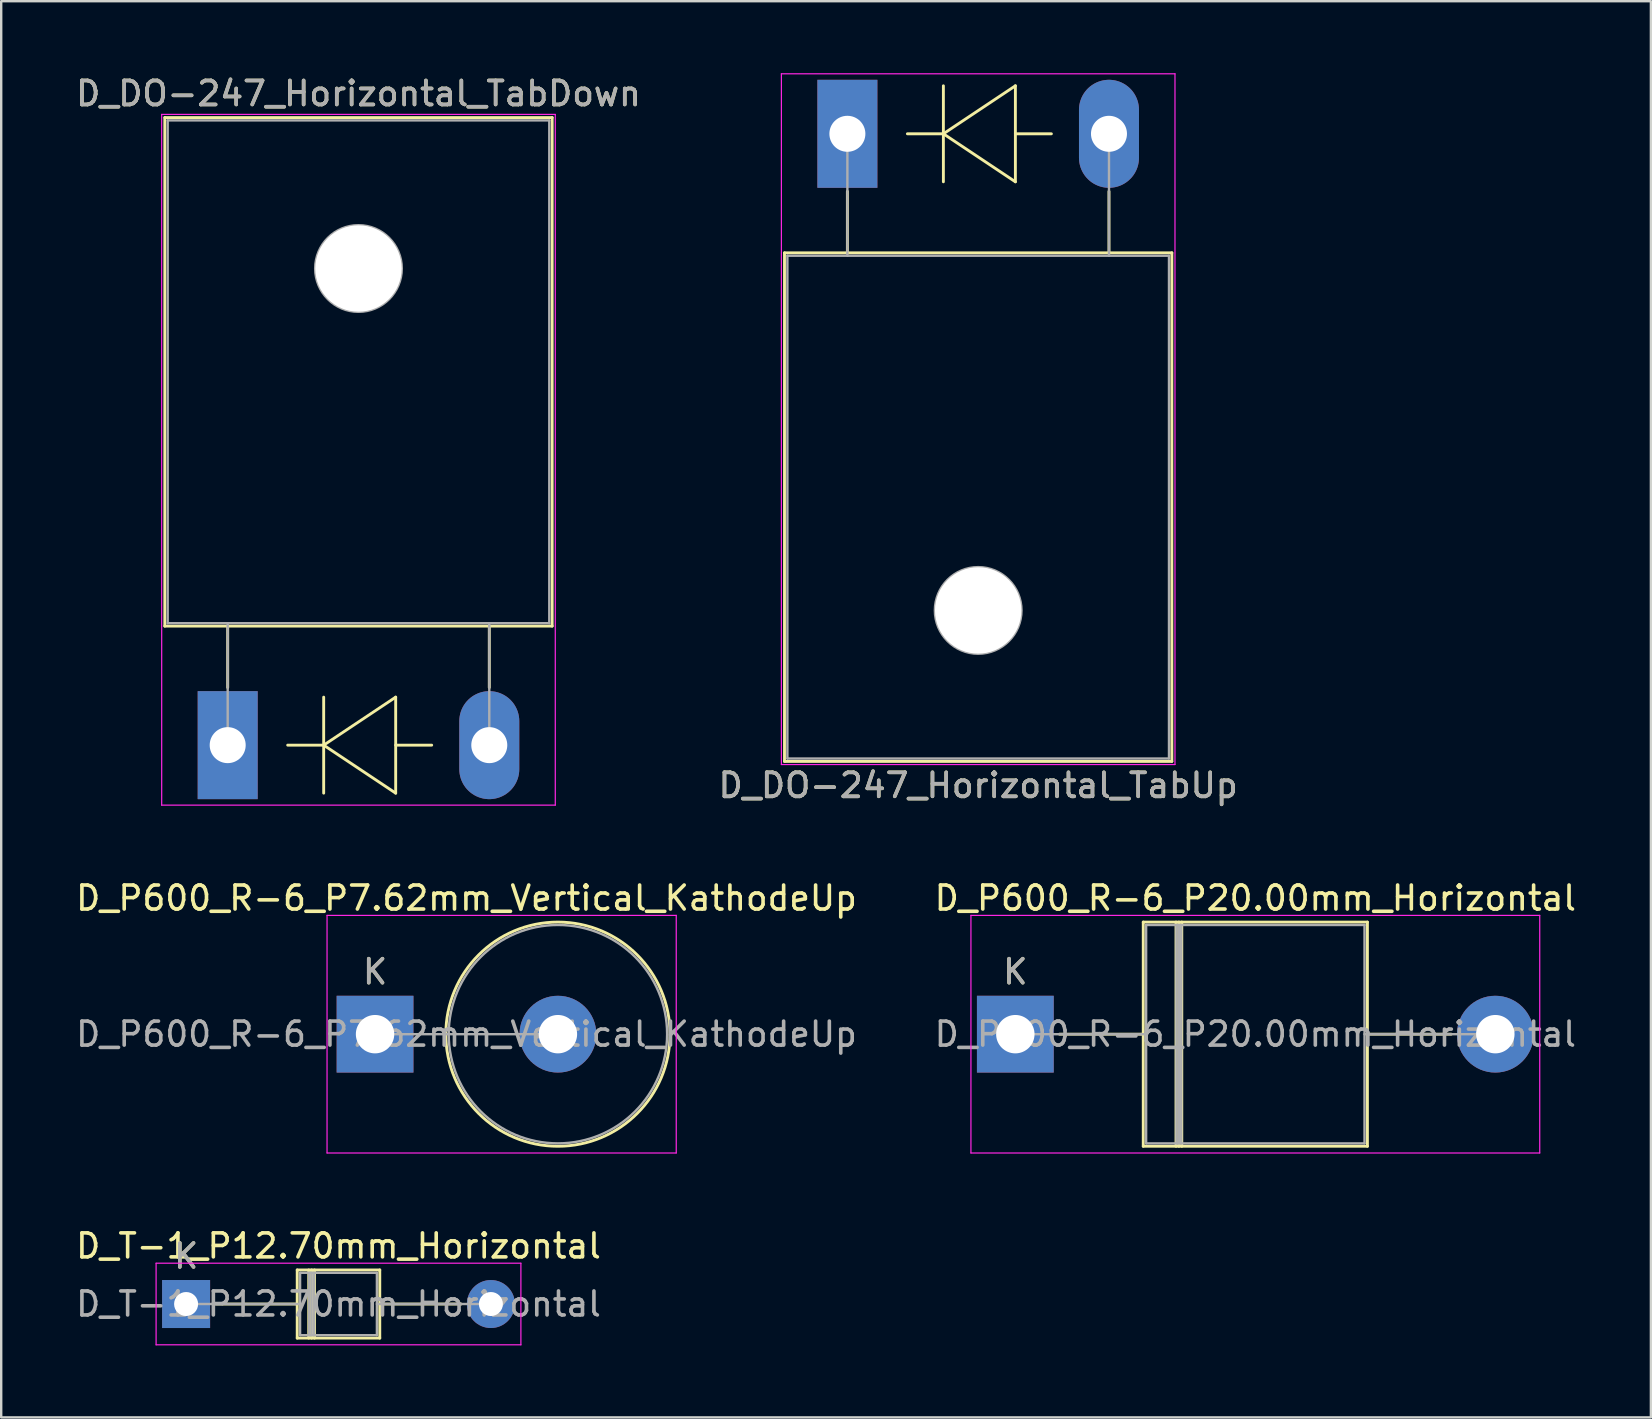
<source format=kicad_pcb>
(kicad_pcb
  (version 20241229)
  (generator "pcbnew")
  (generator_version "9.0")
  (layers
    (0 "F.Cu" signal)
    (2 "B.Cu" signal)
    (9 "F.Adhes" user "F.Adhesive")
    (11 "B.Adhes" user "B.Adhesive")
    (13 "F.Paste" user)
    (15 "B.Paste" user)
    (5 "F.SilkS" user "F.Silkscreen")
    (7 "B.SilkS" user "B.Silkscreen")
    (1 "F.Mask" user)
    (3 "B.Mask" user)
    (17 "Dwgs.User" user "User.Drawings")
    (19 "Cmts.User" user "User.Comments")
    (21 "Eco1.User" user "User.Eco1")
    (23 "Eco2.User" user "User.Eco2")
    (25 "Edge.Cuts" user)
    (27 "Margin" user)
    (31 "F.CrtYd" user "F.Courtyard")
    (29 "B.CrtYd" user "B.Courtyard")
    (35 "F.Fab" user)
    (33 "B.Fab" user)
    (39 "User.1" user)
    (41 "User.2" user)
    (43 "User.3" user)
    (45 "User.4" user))
  (footprint "D_P600_R-6_P7.62mm_Vertical_KathodeUp"
    (layer "F.Cu")
    (at 12.577 40.041)
    (property "Reference" "D_P600_R-6_P7.62mm_Vertical_KathodeUp" (at 3.81 -5.67 0) (layer "F.SilkS") (effects (font (size 1 1) (thickness 0.15))))
    (attr through_hole)
    (fp_circle (center 7.62 0) (end 12.29 0) (stroke (width 0.12) (type solid)) (fill no) (layer "F.SilkS"))
    (fp_line (start -2 -4.95) (end -2 4.95) (stroke (width 0.05) (type solid)) (layer "F.CrtYd"))
    (fp_line (start -2 4.95) (end 12.55 4.95) (stroke (width 0.05) (type solid)) (layer "F.CrtYd"))
    (fp_line (start 12.55 -4.95) (end -2 -4.95) (stroke (width 0.05) (type solid)) (layer "F.CrtYd"))
    (fp_line (start 12.55 4.95) (end 12.55 -4.95) (stroke (width 0.05) (type solid)) (layer "F.CrtYd"))
    (fp_line (start 0 0) (end 7.62 0) (stroke (width 0.1) (type solid)) (layer "F.Fab"))
    (fp_circle (center 7.62 0) (end 12.17 0) (stroke (width 0.1) (type solid)) (fill no) (layer "F.Fab"))
    (fp_text user "K" (at 0 -2.6 0) (layer "F.SilkS") (effects (font (size 1 1) (thickness 0.15))))
    (fp_text user "${REFERENCE}" (at 3.81 0 0) (layer "F.Fab") (effects (font (size 1 1) (thickness 0.15))))
    (fp_text user "K" (at 0 -2.6 0) (layer "F.Fab") (effects (font (size 1 1) (thickness 0.15))))
    (pad "1" thru_hole rect (at 0 0) (size 3.2 3.2) (drill 1.6) (layers "*.Cu" "*.Mask"))
    (pad "2" thru_hole oval (at 7.62 0) (size 3.2 3.2) (drill 1.6) (layers "*.Cu" "*.Mask")))
  (footprint "D_P600_R-6_P20.00mm_Horizontal"
    (layer "F.Cu")
    (at 39.256 40.041)
    (property "Reference" "D_P600_R-6_P20.00mm_Horizontal" (at 10 -5.67 0) (layer "F.SilkS") (effects (font (size 1 1) (thickness 0.15))))
    (attr through_hole)
    (fp_line (start 1.84 0) (end 5.33 0) (stroke (width 0.12) (type solid)) (layer "F.SilkS"))
    (fp_line (start 5.33 -4.67) (end 5.33 4.67) (stroke (width 0.12) (type solid)) (layer "F.SilkS"))
    (fp_line (start 5.33 4.67) (end 14.67 4.67) (stroke (width 0.12) (type solid)) (layer "F.SilkS"))
    (fp_line (start 6.695 -4.67) (end 6.695 4.67) (stroke (width 0.12) (type solid)) (layer "F.SilkS"))
    (fp_line (start 6.815 -4.67) (end 6.815 4.67) (stroke (width 0.12) (type solid)) (layer "F.SilkS"))
    (fp_line (start 6.935 -4.67) (end 6.935 4.67) (stroke (width 0.12) (type solid)) (layer "F.SilkS"))
    (fp_line (start 14.67 -4.67) (end 5.33 -4.67) (stroke (width 0.12) (type solid)) (layer "F.SilkS"))
    (fp_line (start 14.67 4.67) (end 14.67 -4.67) (stroke (width 0.12) (type solid)) (layer "F.SilkS"))
    (fp_line (start 18.16 0) (end 14.67 0) (stroke (width 0.12) (type solid)) (layer "F.SilkS"))
    (fp_line (start -1.85 -4.95) (end -1.85 4.95) (stroke (width 0.05) (type solid)) (layer "F.CrtYd"))
    (fp_line (start -1.85 4.95) (end 21.85 4.95) (stroke (width 0.05) (type solid)) (layer "F.CrtYd"))
    (fp_line (start 21.85 -4.95) (end -1.85 -4.95) (stroke (width 0.05) (type solid)) (layer "F.CrtYd"))
    (fp_line (start 21.85 4.95) (end 21.85 -4.95) (stroke (width 0.05) (type solid)) (layer "F.CrtYd"))
    (fp_line (start 0 0) (end 5.45 0) (stroke (width 0.1) (type solid)) (layer "F.Fab"))
    (fp_line (start 5.45 -4.55) (end 5.45 4.55) (stroke (width 0.1) (type solid)) (layer "F.Fab"))
    (fp_line (start 5.45 4.55) (end 14.55 4.55) (stroke (width 0.1) (type solid)) (layer "F.Fab"))
    (fp_line (start 6.715 -4.55) (end 6.715 4.55) (stroke (width 0.1) (type solid)) (layer "F.Fab"))
    (fp_line (start 6.815 -4.55) (end 6.815 4.55) (stroke (width 0.1) (type solid)) (layer "F.Fab"))
    (fp_line (start 6.915 -4.55) (end 6.915 4.55) (stroke (width 0.1) (type solid)) (layer "F.Fab"))
    (fp_line (start 14.55 -4.55) (end 5.45 -4.55) (stroke (width 0.1) (type solid)) (layer "F.Fab"))
    (fp_line (start 14.55 4.55) (end 14.55 -4.55) (stroke (width 0.1) (type solid)) (layer "F.Fab"))
    (fp_line (start 20 0) (end 14.55 0) (stroke (width 0.1) (type solid)) (layer "F.Fab"))
    (fp_text user "K" (at 0 -2.6 0) (layer "F.SilkS") (effects (font (size 1 1) (thickness 0.15))))
    (fp_text user "${REFERENCE}" (at 10 0 0) (layer "F.Fab") (effects (font (size 1 1) (thickness 0.15))))
    (fp_text user "K" (at 0 -2.6 0) (layer "F.Fab") (effects (font (size 1 1) (thickness 0.15))))
    (pad "1" thru_hole rect (at 0 0) (size 3.2 3.2) (drill 1.6) (layers "*.Cu" "*.Mask"))
    (pad "2" thru_hole oval (at 20 0) (size 3.2 3.2) (drill 1.6) (layers "*.Cu" "*.Mask")))
  (footprint "D_T-1_P12.70mm_Horizontal"
    (layer "F.Cu")
    (at 4.704 51.285)
    (property "Reference" "D_T-1_P12.70mm_Horizontal" (at 6.35 -2.42 0) (layer "F.SilkS") (effects (font (size 1 1) (thickness 0.15))))
    (attr through_hole)
    (fp_line (start 1.24 0) (end 4.63 0) (stroke (width 0.12) (type solid)) (layer "F.SilkS"))
    (fp_line (start 4.63 -1.42) (end 4.63 1.42) (stroke (width 0.12) (type solid)) (layer "F.SilkS"))
    (fp_line (start 4.63 1.42) (end 8.07 1.42) (stroke (width 0.12) (type solid)) (layer "F.SilkS"))
    (fp_line (start 5.11 -1.42) (end 5.11 1.42) (stroke (width 0.12) (type solid)) (layer "F.SilkS"))
    (fp_line (start 5.23 -1.42) (end 5.23 1.42) (stroke (width 0.12) (type solid)) (layer "F.SilkS"))
    (fp_line (start 5.35 -1.42) (end 5.35 1.42) (stroke (width 0.12) (type solid)) (layer "F.SilkS"))
    (fp_line (start 8.07 -1.42) (end 4.63 -1.42) (stroke (width 0.12) (type solid)) (layer "F.SilkS"))
    (fp_line (start 8.07 1.42) (end 8.07 -1.42) (stroke (width 0.12) (type solid)) (layer "F.SilkS"))
    (fp_line (start 11.46 0) (end 8.07 0) (stroke (width 0.12) (type solid)) (layer "F.SilkS"))
    (fp_line (start -1.25 -1.7) (end -1.25 1.7) (stroke (width 0.05) (type solid)) (layer "F.CrtYd"))
    (fp_line (start -1.25 1.7) (end 13.95 1.7) (stroke (width 0.05) (type solid)) (layer "F.CrtYd"))
    (fp_line (start 13.95 -1.7) (end -1.25 -1.7) (stroke (width 0.05) (type solid)) (layer "F.CrtYd"))
    (fp_line (start 13.95 1.7) (end 13.95 -1.7) (stroke (width 0.05) (type solid)) (layer "F.CrtYd"))
    (fp_line (start 0 0) (end 4.75 0) (stroke (width 0.1) (type solid)) (layer "F.Fab"))
    (fp_line (start 4.75 -1.3) (end 4.75 1.3) (stroke (width 0.1) (type solid)) (layer "F.Fab"))
    (fp_line (start 4.75 1.3) (end 7.95 1.3) (stroke (width 0.1) (type solid)) (layer "F.Fab"))
    (fp_line (start 5.13 -1.3) (end 5.13 1.3) (stroke (width 0.1) (type solid)) (layer "F.Fab"))
    (fp_line (start 5.23 -1.3) (end 5.23 1.3) (stroke (width 0.1) (type solid)) (layer "F.Fab"))
    (fp_line (start 5.33 -1.3) (end 5.33 1.3) (stroke (width 0.1) (type solid)) (layer "F.Fab"))
    (fp_line (start 7.95 -1.3) (end 4.75 -1.3) (stroke (width 0.1) (type solid)) (layer "F.Fab"))
    (fp_line (start 7.95 1.3) (end 7.95 -1.3) (stroke (width 0.1) (type solid)) (layer "F.Fab"))
    (fp_line (start 12.7 0) (end 7.95 0) (stroke (width 0.1) (type solid)) (layer "F.Fab"))
    (fp_text user "K" (at 0 -2 0) (layer "F.SilkS") (effects (font (size 1 1) (thickness 0.15))))
    (fp_text user "K" (at 0 -2 0) (layer "F.Fab") (effects (font (size 1 1) (thickness 0.15))))
    (fp_text user "${REFERENCE}" (at 6.35 0 0) (layer "F.Fab") (effects (font (size 1 1) (thickness 0.15))))
    (pad "1" thru_hole rect (at 0 0) (size 2 2) (drill 1) (layers "*.Cu" "*.Mask"))
    (pad "2" thru_hole oval (at 12.7 0) (size 2 2) (drill 1) (layers "*.Cu" "*.Mask")))
  (footprint "D_DO-247_Horizontal_TabDown"
    (layer "F.Cu")
    (at 6.437 27.998)
    (property "Reference" "D_DO-247_Horizontal_TabDown" (at 5.45 -27.15 0) (layer "F.SilkS") (effects (font (size 1 1) (thickness 0.15))))
    (attr through_hole)
    (fp_line (start -2.62 -26.15) (end -2.62 -4.96) (stroke (width 0.12) (type solid)) (layer "F.SilkS"))
    (fp_line (start -2.62 -26.15) (end 13.52 -26.15) (stroke (width 0.12) (type solid)) (layer "F.SilkS"))
    (fp_line (start -2.62 -4.96) (end 13.52 -4.96) (stroke (width 0.12) (type solid)) (layer "F.SilkS"))
    (fp_line (start 0 -4.96) (end 0 -2.4) (stroke (width 0.12) (type solid)) (layer "F.SilkS"))
    (fp_line (start 4 -2) (end 4 2) (stroke (width 0.12) (type solid)) (layer "F.SilkS"))
    (fp_line (start 4 0) (end 2.5 0) (stroke (width 0.12) (type solid)) (layer "F.SilkS"))
    (fp_line (start 4 0) (end 7 -2) (stroke (width 0.12) (type solid)) (layer "F.SilkS"))
    (fp_line (start 7 -2) (end 7 2) (stroke (width 0.12) (type solid)) (layer "F.SilkS"))
    (fp_line (start 7 0) (end 8.5 0) (stroke (width 0.12) (type solid)) (layer "F.SilkS"))
    (fp_line (start 7 2) (end 4 0) (stroke (width 0.12) (type solid)) (layer "F.SilkS"))
    (fp_line (start 10.9 -4.96) (end 10.9 -2.4) (stroke (width 0.12) (type solid)) (layer "F.SilkS"))
    (fp_line (start 13.52 -26.15) (end 13.52 -4.96) (stroke (width 0.12) (type solid)) (layer "F.SilkS"))
    (fp_line (start -2.75 -26.28) (end -2.75 2.5) (stroke (width 0.05) (type solid)) (layer "F.CrtYd"))
    (fp_line (start -2.75 2.5) (end 13.65 2.5) (stroke (width 0.05) (type solid)) (layer "F.CrtYd"))
    (fp_line (start 13.65 -26.28) (end -2.75 -26.28) (stroke (width 0.05) (type solid)) (layer "F.CrtYd"))
    (fp_line (start 13.65 2.5) (end 13.65 -26.28) (stroke (width 0.05) (type solid)) (layer "F.CrtYd"))
    (fp_line (start -2.5 -26.03) (end 13.4 -26.03) (stroke (width 0.1) (type solid)) (layer "F.Fab"))
    (fp_line (start -2.5 -5.08) (end -2.5 -26.03) (stroke (width 0.1) (type solid)) (layer "F.Fab"))
    (fp_line (start 0 -5.08) (end 0 0) (stroke (width 0.1) (type solid)) (layer "F.Fab"))
    (fp_line (start 10.9 -5.08) (end 10.9 0) (stroke (width 0.1) (type solid)) (layer "F.Fab"))
    (fp_line (start 13.4 -26.03) (end 13.4 -5.08) (stroke (width 0.1) (type solid)) (layer "F.Fab"))
    (fp_line (start 13.4 -5.08) (end -2.5 -5.08) (stroke (width 0.1) (type solid)) (layer "F.Fab"))
    (fp_circle (center 5.45 -19.86) (end 7.255 -19.86) (stroke (width 0.1) (type solid)) (fill no) (layer "F.Fab"))
    (fp_text user "${REFERENCE}" (at 5.45 -27.15 0) (layer "F.Fab") (effects (font (size 1 1) (thickness 0.15))))
    (pad "" np_thru_hole oval (at 5.45 -19.86) (size 3.6 3.6) (drill 3.6) (layers "*.Cu" "*.Mask"))
    (pad "1" thru_hole rect (at 0 0) (size 2.5 4.5) (drill 1.5) (layers "*.Cu" "*.Mask"))
    (pad "2" thru_hole oval (at 10.9 0) (size 2.5 4.5) (drill 1.5) (layers "*.Cu" "*.Mask")))
  (footprint "D_DO-247_Horizontal_TabUp"
    (layer "F.Cu")
    (at 32.258 2.525)
    (property "Reference" "D_DO-247_Horizontal_TabUp" (at 5.45 27.15 0) (layer "F.SilkS") (effects (font (size 1 1) (thickness 0.15))))
    (attr through_hole)
    (fp_line (start -2.62 4.96) (end -2.62 26.15) (stroke (width 0.12) (type solid)) (layer "F.SilkS"))
    (fp_line (start -2.62 4.96) (end 13.52 4.96) (stroke (width 0.12) (type solid)) (layer "F.SilkS"))
    (fp_line (start -2.62 26.15) (end 13.52 26.15) (stroke (width 0.12) (type solid)) (layer "F.SilkS"))
    (fp_line (start 0 2.4) (end 0 4.96) (stroke (width 0.12) (type solid)) (layer "F.SilkS"))
    (fp_line (start 4 -2) (end 4 2) (stroke (width 0.12) (type solid)) (layer "F.SilkS"))
    (fp_line (start 4 0) (end 2.5 0) (stroke (width 0.12) (type solid)) (layer "F.SilkS"))
    (fp_line (start 4 0) (end 7 -2) (stroke (width 0.12) (type solid)) (layer "F.SilkS"))
    (fp_line (start 7 -2) (end 7 2) (stroke (width 0.12) (type solid)) (layer "F.SilkS"))
    (fp_line (start 7 0) (end 8.5 0) (stroke (width 0.12) (type solid)) (layer "F.SilkS"))
    (fp_line (start 7 2) (end 4 0) (stroke (width 0.12) (type solid)) (layer "F.SilkS"))
    (fp_line (start 10.9 2.4) (end 10.9 4.96) (stroke (width 0.12) (type solid)) (layer "F.SilkS"))
    (fp_line (start 13.52 4.96) (end 13.52 26.15) (stroke (width 0.12) (type solid)) (layer "F.SilkS"))
    (fp_line (start -2.75 -2.5) (end -2.75 26.28) (stroke (width 0.05) (type solid)) (layer "F.CrtYd"))
    (fp_line (start -2.75 26.28) (end 13.65 26.28) (stroke (width 0.05) (type solid)) (layer "F.CrtYd"))
    (fp_line (start 13.65 -2.5) (end -2.75 -2.5) (stroke (width 0.05) (type solid)) (layer "F.CrtYd"))
    (fp_line (start 13.65 26.28) (end 13.65 -2.5) (stroke (width 0.05) (type solid)) (layer "F.CrtYd"))
    (fp_line (start -2.5 5.08) (end -2.5 26.03) (stroke (width 0.1) (type solid)) (layer "F.Fab"))
    (fp_line (start -2.5 26.03) (end 13.4 26.03) (stroke (width 0.1) (type solid)) (layer "F.Fab"))
    (fp_line (start 0 5.08) (end 0 0) (stroke (width 0.1) (type solid)) (layer "F.Fab"))
    (fp_line (start 10.9 5.08) (end 10.9 0) (stroke (width 0.1) (type solid)) (layer "F.Fab"))
    (fp_line (start 13.4 5.08) (end -2.5 5.08) (stroke (width 0.1) (type solid)) (layer "F.Fab"))
    (fp_line (start 13.4 26.03) (end 13.4 5.08) (stroke (width 0.1) (type solid)) (layer "F.Fab"))
    (fp_circle (center 5.45 19.86) (end 7.255 19.86) (stroke (width 0.1) (type solid)) (fill no) (layer "F.Fab"))
    (fp_text user "${REFERENCE}" (at 5.45 27.15 0) (layer "F.Fab") (effects (font (size 1 1) (thickness 0.15))))
    (pad "" np_thru_hole oval (at 5.45 19.86) (size 3.6 3.6) (drill 3.6) (layers "*.Cu" "*.Mask"))
    (pad "1" thru_hole rect (at 0 0) (size 2.5 4.5) (drill 1.5) (layers "*.Cu" "*.Mask"))
    (pad "2" thru_hole oval (at 10.9 0) (size 2.5 4.5) (drill 1.5) (layers "*.Cu" "*.Mask")))
  (gr_rect
    (start -3 -3)
    (end 65.738 56.01)
    (stroke (width 0.1) (type default))
    (fill no)
    (layer "Edge.Cuts")))
</source>
